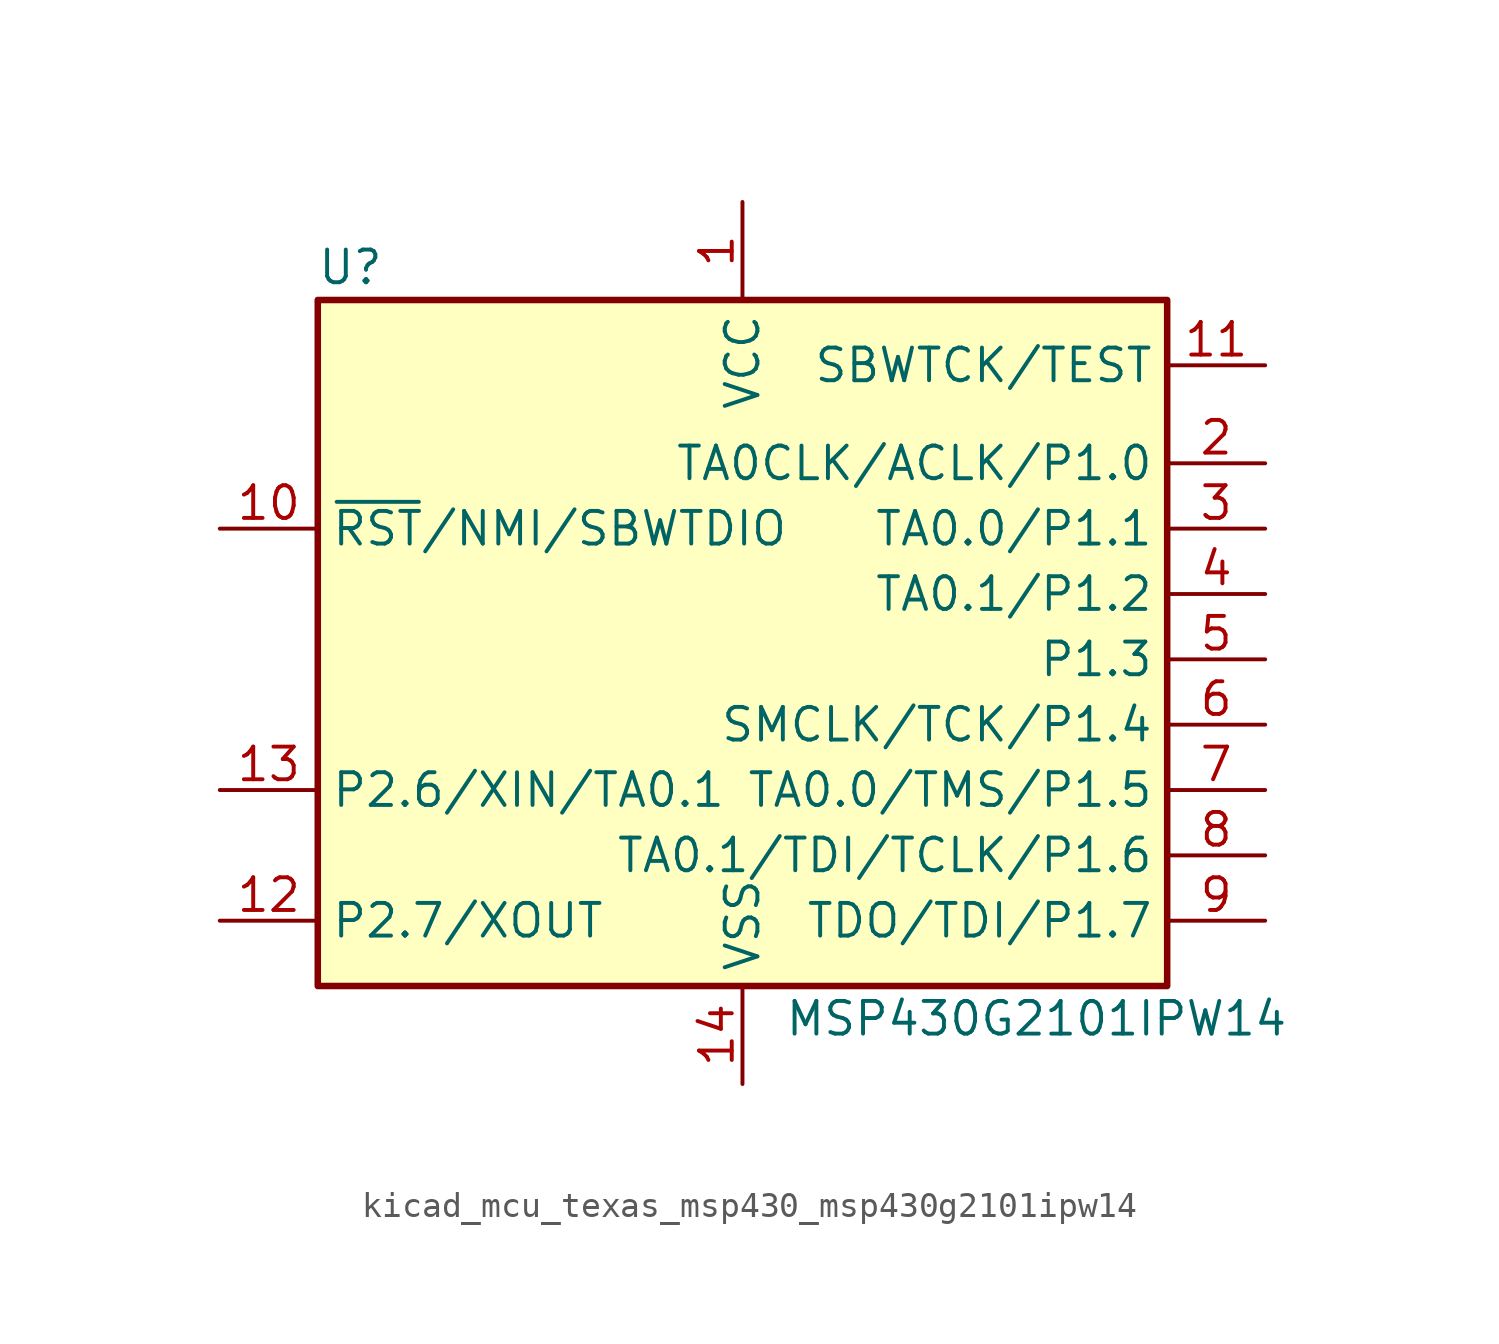
<source format=kicad_sym>
(kicad_symbol_lib
  (version 20220914)
  (generator kicad_symbol_editor)
  (symbol "kicad_mcu_texas_msp430_msp430g2101ipw14"
    (property "Reference" "U"
      (at -15.24 15.24 0)
      (effects (font (size 1.27 1.27))))
    (property "Value" "MSP430G2101IPW14"
      (at 11.43 -13.97 0)
      (effects (font (size 1.27 1.27))))
    (symbol "kicad_mcu_texas_msp430_msp430g2101ipw14_0_1"
      (rectangle (start -16.51 13.97) (end 16.51 -12.7) (stroke (width 0.254) (type default)) (fill (type background))))
    (symbol "kicad_mcu_texas_msp430_msp430g2101ipw14_1_1"
      (pin power_in line (at 0 17.78 270) (length 3.81) (name "VCC" (effects (font (size 1.27 1.27)))) (number "1" (effects (font (size 1.27 1.27)))))
      (pin input line (at -20.32 5.08 0) (length 3.81) (name "~{RST}/NMI/SBWTDIO" (effects (font (size 1.27 1.27)))) (number "10" (effects (font (size 1.27 1.27)))))
      (pin input line (at 20.32 11.43 180) (length 3.81) (name "SBWTCK/TEST" (effects (font (size 1.27 1.27)))) (number "11" (effects (font (size 1.27 1.27)))))
      (pin bidirectional line (at -20.32 -10.16 0) (length 3.81) (name "P2.7/XOUT" (effects (font (size 1.27 1.27)))) (number "12" (effects (font (size 1.27 1.27)))))
      (pin bidirectional line (at -20.32 -5.08 0) (length 3.81) (name "P2.6/XIN/TA0.1" (effects (font (size 1.27 1.27)))) (number "13" (effects (font (size 1.27 1.27)))))
      (pin power_in line (at 0 -16.51 90) (length 3.81) (name "VSS" (effects (font (size 1.27 1.27)))) (number "14" (effects (font (size 1.27 1.27)))))
      (pin bidirectional line (at 20.32 7.62 180) (length 3.81) (name "TA0CLK/ACLK/P1.0" (effects (font (size 1.27 1.27)))) (number "2" (effects (font (size 1.27 1.27)))))
      (pin bidirectional line (at 20.32 5.08 180) (length 3.81) (name "TA0.0/P1.1" (effects (font (size 1.27 1.27)))) (number "3" (effects (font (size 1.27 1.27)))))
      (pin bidirectional line (at 20.32 2.54 180) (length 3.81) (name "TA0.1/P1.2" (effects (font (size 1.27 1.27)))) (number "4" (effects (font (size 1.27 1.27)))))
      (pin bidirectional line (at 20.32 0 180) (length 3.81) (name "P1.3" (effects (font (size 1.27 1.27)))) (number "5" (effects (font (size 1.27 1.27)))))
      (pin bidirectional line (at 20.32 -2.54 180) (length 3.81) (name "SMCLK/TCK/P1.4" (effects (font (size 1.27 1.27)))) (number "6" (effects (font (size 1.27 1.27)))))
      (pin bidirectional line (at 20.32 -5.08 180) (length 3.81) (name "TA0.0/TMS/P1.5" (effects (font (size 1.27 1.27)))) (number "7" (effects (font (size 1.27 1.27)))))
      (pin bidirectional line (at 20.32 -7.62 180) (length 3.81) (name "TA0.1/TDI/TCLK/P1.6" (effects (font (size 1.27 1.27)))) (number "8" (effects (font (size 1.27 1.27)))))
      (pin bidirectional line (at 20.32 -10.16 180) (length 3.81) (name "TDO/TDI/P1.7" (effects (font (size 1.27 1.27)))) (number "9" (effects (font (size 1.27 1.27))))))))
</source>
